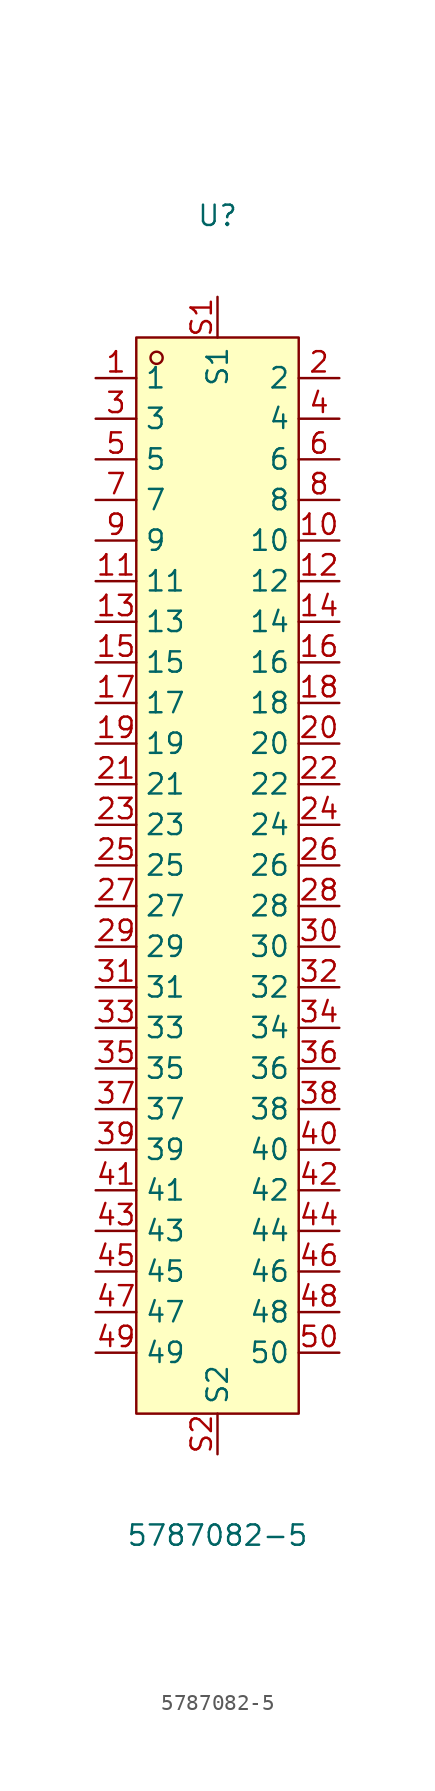
<source format=kicad_sym>
(kicad_symbol_lib
  (version 20231120)
  (generator "kicad_symbol_editor")
  (generator_version "8.0")
  (symbol "5787082-5"
    (property "Reference" "U"
      (at 0 41.91 0)
      (effects (font (size 1.27 1.27))))
    (property "Value" "5787082-5"
      (at 0 -40.64 0)
      (effects (font (size 1.27 1.27))))
    (symbol "5787082-5_0_1"
      (rectangle (start -5.08 34.29) (end 5.08 -33.02) (stroke (width 0) (type default)) (fill (type background)))
      (circle (center -3.81 33.02) (radius 0.38) (stroke (width 0) (type default)) (fill (type none)))
      (pin unspecified line (at -7.62 31.75 0) (length 2.54) (name "1" (effects (font (size 1.27 1.27)))) (number "1" (effects (font (size 1.27 1.27)))))
      (pin unspecified line (at 7.62 21.59 180) (length 2.54) (name "10" (effects (font (size 1.27 1.27)))) (number "10" (effects (font (size 1.27 1.27)))))
      (pin unspecified line (at -7.62 19.05 0) (length 2.54) (name "11" (effects (font (size 1.27 1.27)))) (number "11" (effects (font (size 1.27 1.27)))))
      (pin unspecified line (at 7.62 19.05 180) (length 2.54) (name "12" (effects (font (size 1.27 1.27)))) (number "12" (effects (font (size 1.27 1.27)))))
      (pin unspecified line (at -7.62 16.51 0) (length 2.54) (name "13" (effects (font (size 1.27 1.27)))) (number "13" (effects (font (size 1.27 1.27)))))
      (pin unspecified line (at 7.62 16.51 180) (length 2.54) (name "14" (effects (font (size 1.27 1.27)))) (number "14" (effects (font (size 1.27 1.27)))))
      (pin unspecified line (at -7.62 13.97 0) (length 2.54) (name "15" (effects (font (size 1.27 1.27)))) (number "15" (effects (font (size 1.27 1.27)))))
      (pin unspecified line (at 7.62 13.97 180) (length 2.54) (name "16" (effects (font (size 1.27 1.27)))) (number "16" (effects (font (size 1.27 1.27)))))
      (pin unspecified line (at -7.62 11.43 0) (length 2.54) (name "17" (effects (font (size 1.27 1.27)))) (number "17" (effects (font (size 1.27 1.27)))))
      (pin unspecified line (at 7.62 11.43 180) (length 2.54) (name "18" (effects (font (size 1.27 1.27)))) (number "18" (effects (font (size 1.27 1.27)))))
      (pin unspecified line (at -7.62 8.89 0) (length 2.54) (name "19" (effects (font (size 1.27 1.27)))) (number "19" (effects (font (size 1.27 1.27)))))
      (pin unspecified line (at 7.62 31.75 180) (length 2.54) (name "2" (effects (font (size 1.27 1.27)))) (number "2" (effects (font (size 1.27 1.27)))))
      (pin unspecified line (at 7.62 8.89 180) (length 2.54) (name "20" (effects (font (size 1.27 1.27)))) (number "20" (effects (font (size 1.27 1.27)))))
      (pin unspecified line (at -7.62 6.35 0) (length 2.54) (name "21" (effects (font (size 1.27 1.27)))) (number "21" (effects (font (size 1.27 1.27)))))
      (pin unspecified line (at 7.62 6.35 180) (length 2.54) (name "22" (effects (font (size 1.27 1.27)))) (number "22" (effects (font (size 1.27 1.27)))))
      (pin unspecified line (at -7.62 3.81 0) (length 2.54) (name "23" (effects (font (size 1.27 1.27)))) (number "23" (effects (font (size 1.27 1.27)))))
      (pin unspecified line (at 7.62 3.81 180) (length 2.54) (name "24" (effects (font (size 1.27 1.27)))) (number "24" (effects (font (size 1.27 1.27)))))
      (pin unspecified line (at -7.62 1.27 0) (length 2.54) (name "25" (effects (font (size 1.27 1.27)))) (number "25" (effects (font (size 1.27 1.27)))))
      (pin unspecified line (at 7.62 1.27 180) (length 2.54) (name "26" (effects (font (size 1.27 1.27)))) (number "26" (effects (font (size 1.27 1.27)))))
      (pin unspecified line (at -7.62 -1.27 0) (length 2.54) (name "27" (effects (font (size 1.27 1.27)))) (number "27" (effects (font (size 1.27 1.27)))))
      (pin unspecified line (at 7.62 -1.27 180) (length 2.54) (name "28" (effects (font (size 1.27 1.27)))) (number "28" (effects (font (size 1.27 1.27)))))
      (pin unspecified line (at -7.62 -3.81 0) (length 2.54) (name "29" (effects (font (size 1.27 1.27)))) (number "29" (effects (font (size 1.27 1.27)))))
      (pin unspecified line (at -7.62 29.21 0) (length 2.54) (name "3" (effects (font (size 1.27 1.27)))) (number "3" (effects (font (size 1.27 1.27)))))
      (pin unspecified line (at 7.62 -3.81 180) (length 2.54) (name "30" (effects (font (size 1.27 1.27)))) (number "30" (effects (font (size 1.27 1.27)))))
      (pin unspecified line (at -7.62 -6.35 0) (length 2.54) (name "31" (effects (font (size 1.27 1.27)))) (number "31" (effects (font (size 1.27 1.27)))))
      (pin unspecified line (at 7.62 -6.35 180) (length 2.54) (name "32" (effects (font (size 1.27 1.27)))) (number "32" (effects (font (size 1.27 1.27)))))
      (pin unspecified line (at -7.62 -8.89 0) (length 2.54) (name "33" (effects (font (size 1.27 1.27)))) (number "33" (effects (font (size 1.27 1.27)))))
      (pin unspecified line (at 7.62 -8.89 180) (length 2.54) (name "34" (effects (font (size 1.27 1.27)))) (number "34" (effects (font (size 1.27 1.27)))))
      (pin unspecified line (at -7.62 -11.43 0) (length 2.54) (name "35" (effects (font (size 1.27 1.27)))) (number "35" (effects (font (size 1.27 1.27)))))
      (pin unspecified line (at 7.62 -11.43 180) (length 2.54) (name "36" (effects (font (size 1.27 1.27)))) (number "36" (effects (font (size 1.27 1.27)))))
      (pin unspecified line (at -7.62 -13.97 0) (length 2.54) (name "37" (effects (font (size 1.27 1.27)))) (number "37" (effects (font (size 1.27 1.27)))))
      (pin unspecified line (at 7.62 -13.97 180) (length 2.54) (name "38" (effects (font (size 1.27 1.27)))) (number "38" (effects (font (size 1.27 1.27)))))
      (pin unspecified line (at -7.62 -16.51 0) (length 2.54) (name "39" (effects (font (size 1.27 1.27)))) (number "39" (effects (font (size 1.27 1.27)))))
      (pin unspecified line (at 7.62 29.21 180) (length 2.54) (name "4" (effects (font (size 1.27 1.27)))) (number "4" (effects (font (size 1.27 1.27)))))
      (pin unspecified line (at 7.62 -16.51 180) (length 2.54) (name "40" (effects (font (size 1.27 1.27)))) (number "40" (effects (font (size 1.27 1.27)))))
      (pin unspecified line (at -7.62 -19.05 0) (length 2.54) (name "41" (effects (font (size 1.27 1.27)))) (number "41" (effects (font (size 1.27 1.27)))))
      (pin unspecified line (at 7.62 -19.05 180) (length 2.54) (name "42" (effects (font (size 1.27 1.27)))) (number "42" (effects (font (size 1.27 1.27)))))
      (pin unspecified line (at -7.62 -21.59 0) (length 2.54) (name "43" (effects (font (size 1.27 1.27)))) (number "43" (effects (font (size 1.27 1.27)))))
      (pin unspecified line (at 7.62 -21.59 180) (length 2.54) (name "44" (effects (font (size 1.27 1.27)))) (number "44" (effects (font (size 1.27 1.27)))))
      (pin unspecified line (at -7.62 -24.13 0) (length 2.54) (name "45" (effects (font (size 1.27 1.27)))) (number "45" (effects (font (size 1.27 1.27)))))
      (pin unspecified line (at 7.62 -24.13 180) (length 2.54) (name "46" (effects (font (size 1.27 1.27)))) (number "46" (effects (font (size 1.27 1.27)))))
      (pin unspecified line (at -7.62 -26.67 0) (length 2.54) (name "47" (effects (font (size 1.27 1.27)))) (number "47" (effects (font (size 1.27 1.27)))))
      (pin unspecified line (at 7.62 -26.67 180) (length 2.54) (name "48" (effects (font (size 1.27 1.27)))) (number "48" (effects (font (size 1.27 1.27)))))
      (pin unspecified line (at -7.62 -29.21 0) (length 2.54) (name "49" (effects (font (size 1.27 1.27)))) (number "49" (effects (font (size 1.27 1.27)))))
      (pin unspecified line (at -7.62 26.67 0) (length 2.54) (name "5" (effects (font (size 1.27 1.27)))) (number "5" (effects (font (size 1.27 1.27)))))
      (pin unspecified line (at 7.62 -29.21 180) (length 2.54) (name "50" (effects (font (size 1.27 1.27)))) (number "50" (effects (font (size 1.27 1.27)))))
      (pin unspecified line (at 7.62 26.67 180) (length 2.54) (name "6" (effects (font (size 1.27 1.27)))) (number "6" (effects (font (size 1.27 1.27)))))
      (pin unspecified line (at -7.62 24.13 0) (length 2.54) (name "7" (effects (font (size 1.27 1.27)))) (number "7" (effects (font (size 1.27 1.27)))))
      (pin unspecified line (at 7.62 24.13 180) (length 2.54) (name "8" (effects (font (size 1.27 1.27)))) (number "8" (effects (font (size 1.27 1.27)))))
      (pin unspecified line (at -7.62 21.59 0) (length 2.54) (name "9" (effects (font (size 1.27 1.27)))) (number "9" (effects (font (size 1.27 1.27)))))
      (pin unspecified line (at 0 36.83 270) (length 2.54) (name "S1" (effects (font (size 1.27 1.27)))) (number "S1" (effects (font (size 1.27 1.27)))))
      (pin unspecified line (at 0 -35.56 90) (length 2.54) (name "S2" (effects (font (size 1.27 1.27)))) (number "S2" (effects (font (size 1.27 1.27))))))))
</source>
